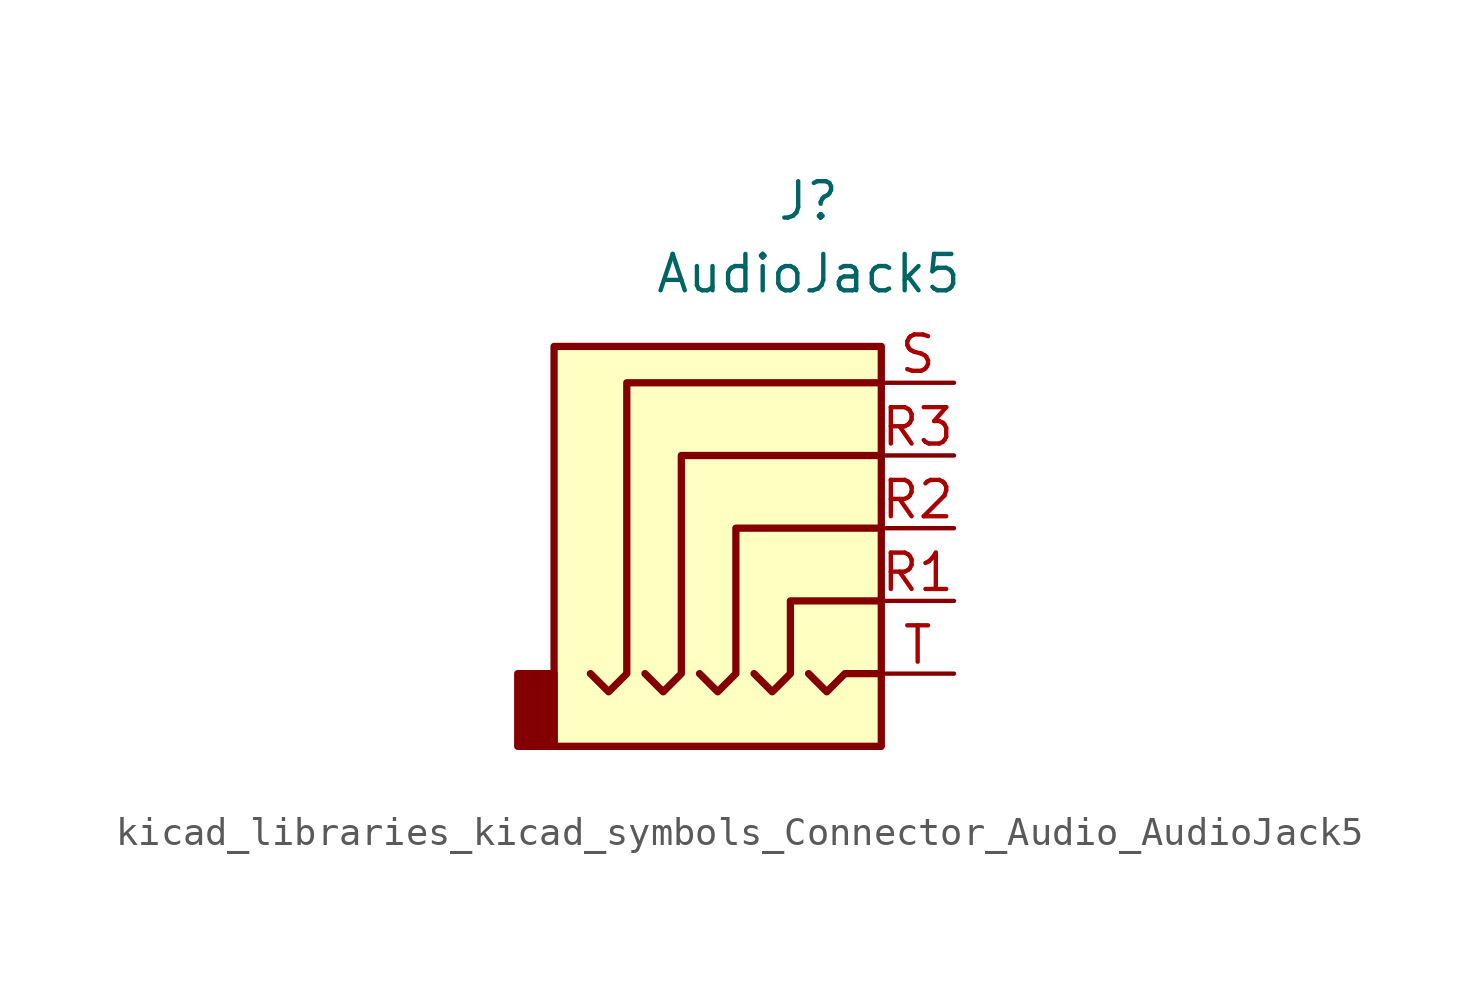
<source format=kicad_sym>
(kicad_symbol_lib
  (version 20220914)
  (generator kicad_symbol_editor)
  (symbol "kicad_libraries_kicad_symbols_Connector_Audio_AudioJack5"
    (property "Reference" "J"
      (at 0 11.43 0)
      (effects (font (size 1.27 1.27))))
    (property "Value" "AudioJack5"
      (at 0 8.89 0)
      (effects (font (size 1.27 1.27))))
    (symbol "kicad_libraries_kicad_symbols_Connector_Audio_AudioJack5_0_1"
      (rectangle (start -8.89 -5.08) (end -10.16 -7.62) (stroke (width 0.254) (type default)) (fill (type outline)))
      (polyline (pts (xy 0 -5.08) (xy 0.635 -5.715) (xy 1.27 -5.08) (xy 2.54 -5.08)) (stroke (width 0.254) (type default)) (fill (type none)))
      (polyline (pts (xy -5.715 -5.08) (xy -5.08 -5.715) (xy -4.445 -5.08) (xy -4.445 2.54) (xy 2.54 2.54)) (stroke (width 0.254) (type default)) (fill (type none)))
      (polyline (pts (xy -1.905 -5.08) (xy -1.27 -5.715) (xy -0.635 -5.08) (xy -0.635 -2.54) (xy 2.54 -2.54)) (stroke (width 0.254) (type default)) (fill (type none)))
      (polyline (pts (xy 2.54 0) (xy -2.54 0) (xy -2.54 -5.08) (xy -3.175 -5.715) (xy -3.81 -5.08)) (stroke (width 0.254) (type default)) (fill (type none)))
      (polyline (pts (xy 2.54 5.08) (xy -6.35 5.08) (xy -6.35 -5.08) (xy -6.985 -5.715) (xy -7.62 -5.08)) (stroke (width 0.254) (type default)) (fill (type none)))
      (rectangle (start 2.54 6.35) (end -8.89 -7.62) (stroke (width 0.254) (type default)) (fill (type background))))
    (symbol "kicad_libraries_kicad_symbols_Connector_Audio_AudioJack5_1_1"
      (pin passive line (at 5.08 -2.54 180) (length 2.54) (name "~" (effects (font (size 1.27 1.27)))) (number "R1" (effects (font (size 1.27 1.27)))))
      (pin passive line (at 5.08 0 180) (length 2.54) (name "~" (effects (font (size 1.27 1.27)))) (number "R2" (effects (font (size 1.27 1.27)))))
      (pin passive line (at 5.08 2.54 180) (length 2.54) (name "~" (effects (font (size 1.27 1.27)))) (number "R3" (effects (font (size 1.27 1.27)))))
      (pin passive line (at 5.08 5.08 180) (length 2.54) (name "~" (effects (font (size 1.27 1.27)))) (number "S" (effects (font (size 1.27 1.27)))))
      (pin passive line (at 5.08 -5.08 180) (length 2.54) (name "~" (effects (font (size 1.27 1.27)))) (number "T" (effects (font (size 1.27 1.27))))))))
</source>
